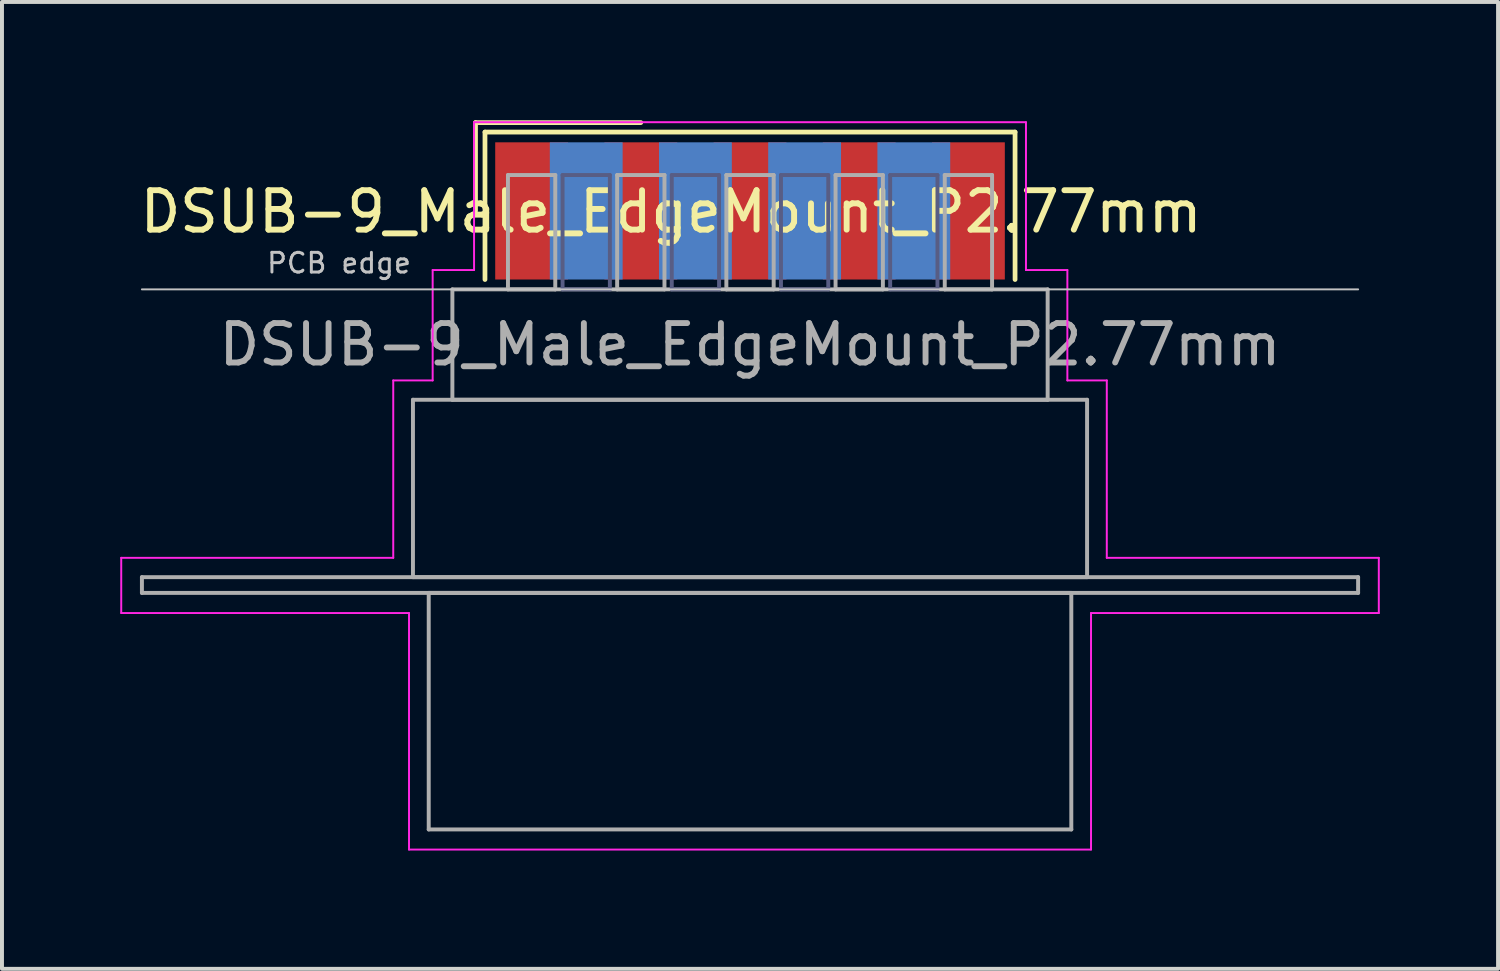
<source format=kicad_pcb>
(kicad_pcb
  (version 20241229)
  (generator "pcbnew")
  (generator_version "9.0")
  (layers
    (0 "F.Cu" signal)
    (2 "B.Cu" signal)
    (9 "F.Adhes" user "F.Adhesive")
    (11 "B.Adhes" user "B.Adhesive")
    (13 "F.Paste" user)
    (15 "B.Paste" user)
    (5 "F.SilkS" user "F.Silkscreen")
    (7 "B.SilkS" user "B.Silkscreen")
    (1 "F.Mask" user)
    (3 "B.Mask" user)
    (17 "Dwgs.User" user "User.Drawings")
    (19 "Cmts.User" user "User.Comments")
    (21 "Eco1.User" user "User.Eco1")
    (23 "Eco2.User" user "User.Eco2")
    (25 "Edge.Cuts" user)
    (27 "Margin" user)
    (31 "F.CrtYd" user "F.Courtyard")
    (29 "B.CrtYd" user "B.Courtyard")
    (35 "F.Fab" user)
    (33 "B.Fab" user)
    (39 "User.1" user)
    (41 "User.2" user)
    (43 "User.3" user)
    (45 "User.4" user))
  (footprint "DSUB-9_Male_EdgeMount_P2.77mm"
    (layer "F.Cu")
    (at 15.975 2.3)
    (property "Reference" "DSUB-9_Male_EdgeMount_P2.77mm" (at 11.55 0.02 0) (layer "F.SilkS") (effects (font (size 1 1) (thickness 0.15)) (justify right)))
    (attr smd)
    (fp_line (start -6.963 -2.24) (end -2.77 -2.24) (stroke (width 0.12) (type solid)) (layer "F.SilkS"))
    (fp_line (start -6.963 0) (end -6.963 -2.24) (stroke (width 0.12) (type solid)) (layer "F.SilkS"))
    (fp_line (start -6.723 -2) (end -6.723 1.74) (stroke (width 0.12) (type solid)) (layer "F.SilkS"))
    (fp_line (start 6.723 -2) (end -6.723 -2) (stroke (width 0.12) (type solid)) (layer "F.SilkS"))
    (fp_line (start 6.723 1.74) (end 6.723 -2) (stroke (width 0.12) (type solid)) (layer "F.SilkS"))
    (fp_line (start -15.425 1.99) (end 15.425 1.99) (stroke (width 0.05) (type solid)) (layer "Dwgs.User"))
    (fp_line (start -15.95 8.8) (end -9.05 8.8) (stroke (width 0.05) (type solid)) (layer "F.CrtYd"))
    (fp_line (start -15.95 10.2) (end -15.95 8.8) (stroke (width 0.05) (type solid)) (layer "F.CrtYd"))
    (fp_line (start -9.05 4.3) (end -8.05 4.3) (stroke (width 0.05) (type solid)) (layer "F.CrtYd"))
    (fp_line (start -9.05 8.8) (end -9.05 4.3) (stroke (width 0.05) (type solid)) (layer "F.CrtYd"))
    (fp_line (start -8.65 10.2) (end -15.95 10.2) (stroke (width 0.05) (type solid)) (layer "F.CrtYd"))
    (fp_line (start -8.65 16.2) (end -8.65 10.2) (stroke (width 0.05) (type solid)) (layer "F.CrtYd"))
    (fp_line (start -8.05 1.5) (end -7 1.5) (stroke (width 0.05) (type solid)) (layer "F.CrtYd"))
    (fp_line (start -8.05 4.3) (end -8.05 1.5) (stroke (width 0.05) (type solid)) (layer "F.CrtYd"))
    (fp_line (start -7 -2.25) (end 7 -2.25) (stroke (width 0.05) (type solid)) (layer "F.CrtYd"))
    (fp_line (start -7 1.5) (end -7 -2.25) (stroke (width 0.05) (type solid)) (layer "F.CrtYd"))
    (fp_line (start 7 -2.25) (end 7 1.5) (stroke (width 0.05) (type solid)) (layer "F.CrtYd"))
    (fp_line (start 7 1.5) (end 8.05 1.5) (stroke (width 0.05) (type solid)) (layer "F.CrtYd"))
    (fp_line (start 8.05 1.5) (end 8.05 4.3) (stroke (width 0.05) (type solid)) (layer "F.CrtYd"))
    (fp_line (start 8.05 4.3) (end 9.05 4.3) (stroke (width 0.05) (type solid)) (layer "F.CrtYd"))
    (fp_line (start 8.65 10.2) (end 8.65 16.2) (stroke (width 0.05) (type solid)) (layer "F.CrtYd"))
    (fp_line (start 8.65 16.2) (end -8.65 16.2) (stroke (width 0.05) (type solid)) (layer "F.CrtYd"))
    (fp_line (start 9.05 4.3) (end 9.05 8.8) (stroke (width 0.05) (type solid)) (layer "F.CrtYd"))
    (fp_line (start 9.05 8.8) (end 15.95 8.8) (stroke (width 0.05) (type solid)) (layer "F.CrtYd"))
    (fp_line (start 15.95 8.8) (end 15.95 10.2) (stroke (width 0.05) (type solid)) (layer "F.CrtYd"))
    (fp_line (start 15.95 10.2) (end 8.65 10.2) (stroke (width 0.05) (type solid)) (layer "F.CrtYd"))
    (fp_line (start -4.755 -0.91) (end -4.755 1.99) (stroke (width 0.1) (type solid)) (layer "B.Fab"))
    (fp_line (start -4.755 1.99) (end -3.555 1.99) (stroke (width 0.1) (type solid)) (layer "B.Fab"))
    (fp_line (start -3.555 -0.91) (end -4.755 -0.91) (stroke (width 0.1) (type solid)) (layer "B.Fab"))
    (fp_line (start -3.555 1.99) (end -3.555 -0.91) (stroke (width 0.1) (type solid)) (layer "B.Fab"))
    (fp_line (start -1.985 -0.91) (end -1.985 1.99) (stroke (width 0.1) (type solid)) (layer "B.Fab"))
    (fp_line (start -1.985 1.99) (end -0.785 1.99) (stroke (width 0.1) (type solid)) (layer "B.Fab"))
    (fp_line (start -0.785 -0.91) (end -1.985 -0.91) (stroke (width 0.1) (type solid)) (layer "B.Fab"))
    (fp_line (start -0.785 1.99) (end -0.785 -0.91) (stroke (width 0.1) (type solid)) (layer "B.Fab"))
    (fp_line (start 0.785 -0.91) (end 0.785 1.99) (stroke (width 0.1) (type solid)) (layer "B.Fab"))
    (fp_line (start 0.785 1.99) (end 1.985 1.99) (stroke (width 0.1) (type solid)) (layer "B.Fab"))
    (fp_line (start 1.985 -0.91) (end 0.785 -0.91) (stroke (width 0.1) (type solid)) (layer "B.Fab"))
    (fp_line (start 1.985 1.99) (end 1.985 -0.91) (stroke (width 0.1) (type solid)) (layer "B.Fab"))
    (fp_line (start 3.555 -0.91) (end 3.555 1.99) (stroke (width 0.1) (type solid)) (layer "B.Fab"))
    (fp_line (start 3.555 1.99) (end 4.755 1.99) (stroke (width 0.1) (type solid)) (layer "B.Fab"))
    (fp_line (start 4.755 -0.91) (end 3.555 -0.91) (stroke (width 0.1) (type solid)) (layer "B.Fab"))
    (fp_line (start 4.755 1.99) (end 4.755 -0.91) (stroke (width 0.1) (type solid)) (layer "B.Fab"))
    (fp_line (start -15.425 9.29) (end -15.425 9.69) (stroke (width 0.1) (type solid)) (layer "F.Fab"))
    (fp_line (start -15.425 9.69) (end 15.425 9.69) (stroke (width 0.1) (type solid)) (layer "F.Fab"))
    (fp_line (start -8.55 4.79) (end -8.55 9.29) (stroke (width 0.1) (type solid)) (layer "F.Fab"))
    (fp_line (start -8.55 9.29) (end 8.55 9.29) (stroke (width 0.1) (type solid)) (layer "F.Fab"))
    (fp_line (start -8.15 9.69) (end -8.15 15.69) (stroke (width 0.1) (type solid)) (layer "F.Fab"))
    (fp_line (start -8.15 15.69) (end 8.15 15.69) (stroke (width 0.1) (type solid)) (layer "F.Fab"))
    (fp_line (start -7.55 1.99) (end -7.55 4.79) (stroke (width 0.1) (type solid)) (layer "F.Fab"))
    (fp_line (start -7.55 4.79) (end 7.55 4.79) (stroke (width 0.1) (type solid)) (layer "F.Fab"))
    (fp_line (start -6.14 -0.91) (end -6.14 1.99) (stroke (width 0.1) (type solid)) (layer "F.Fab"))
    (fp_line (start -6.14 1.99) (end -4.94 1.99) (stroke (width 0.1) (type solid)) (layer "F.Fab"))
    (fp_line (start -4.94 -0.91) (end -6.14 -0.91) (stroke (width 0.1) (type solid)) (layer "F.Fab"))
    (fp_line (start -4.94 1.99) (end -4.94 -0.91) (stroke (width 0.1) (type solid)) (layer "F.Fab"))
    (fp_line (start -3.37 -0.91) (end -3.37 1.99) (stroke (width 0.1) (type solid)) (layer "F.Fab"))
    (fp_line (start -3.37 1.99) (end -2.17 1.99) (stroke (width 0.1) (type solid)) (layer "F.Fab"))
    (fp_line (start -2.17 -0.91) (end -3.37 -0.91) (stroke (width 0.1) (type solid)) (layer "F.Fab"))
    (fp_line (start -2.17 1.99) (end -2.17 -0.91) (stroke (width 0.1) (type solid)) (layer "F.Fab"))
    (fp_line (start -0.6 -0.91) (end -0.6 1.99) (stroke (width 0.1) (type solid)) (layer "F.Fab"))
    (fp_line (start -0.6 1.99) (end 0.6 1.99) (stroke (width 0.1) (type solid)) (layer "F.Fab"))
    (fp_line (start 0.6 -0.91) (end -0.6 -0.91) (stroke (width 0.1) (type solid)) (layer "F.Fab"))
    (fp_line (start 0.6 1.99) (end 0.6 -0.91) (stroke (width 0.1) (type solid)) (layer "F.Fab"))
    (fp_line (start 2.17 -0.91) (end 2.17 1.99) (stroke (width 0.1) (type solid)) (layer "F.Fab"))
    (fp_line (start 2.17 1.99) (end 3.37 1.99) (stroke (width 0.1) (type solid)) (layer "F.Fab"))
    (fp_line (start 3.37 -0.91) (end 2.17 -0.91) (stroke (width 0.1) (type solid)) (layer "F.Fab"))
    (fp_line (start 3.37 1.99) (end 3.37 -0.91) (stroke (width 0.1) (type solid)) (layer "F.Fab"))
    (fp_line (start 4.94 -0.91) (end 4.94 1.99) (stroke (width 0.1) (type solid)) (layer "F.Fab"))
    (fp_line (start 4.94 1.99) (end 6.14 1.99) (stroke (width 0.1) (type solid)) (layer "F.Fab"))
    (fp_line (start 6.14 -0.91) (end 4.94 -0.91) (stroke (width 0.1) (type solid)) (layer "F.Fab"))
    (fp_line (start 6.14 1.99) (end 6.14 -0.91) (stroke (width 0.1) (type solid)) (layer "F.Fab"))
    (fp_line (start 7.55 1.99) (end -7.55 1.99) (stroke (width 0.1) (type solid)) (layer "F.Fab"))
    (fp_line (start 7.55 4.79) (end 7.55 1.99) (stroke (width 0.1) (type solid)) (layer "F.Fab"))
    (fp_line (start 8.15 9.69) (end -8.15 9.69) (stroke (width 0.1) (type solid)) (layer "F.Fab"))
    (fp_line (start 8.15 15.69) (end 8.15 9.69) (stroke (width 0.1) (type solid)) (layer "F.Fab"))
    (fp_line (start 8.55 4.79) (end -8.55 4.79) (stroke (width 0.1) (type solid)) (layer "F.Fab"))
    (fp_line (start 8.55 9.29) (end 8.55 4.79) (stroke (width 0.1) (type solid)) (layer "F.Fab"))
    (fp_line (start 15.425 9.29) (end -15.425 9.29) (stroke (width 0.1) (type solid)) (layer "F.Fab"))
    (fp_line (start 15.425 9.69) (end 15.425 9.29) (stroke (width 0.1) (type solid)) (layer "F.Fab"))
    (fp_text user "PCB edge" (at -10.425 1.323 0) (layer "Dwgs.User") (effects (font (size 0.5 0.5) (thickness 0.075))))
    (fp_text user "${REFERENCE}" (at 0 3.39 0) (layer "F.Fab") (effects (font (size 1 1) (thickness 0.15))))
    (pad "1" smd rect (at -5.54 0) (size 1.847 3.48) (layers "F.Cu" "F.Mask" "F.Paste"))
    (pad "2" smd rect (at -2.77 0) (size 1.847 3.48) (layers "F.Cu" "F.Mask" "F.Paste"))
    (pad "3" smd rect (at 0 0) (size 1.847 3.48) (layers "F.Cu" "F.Mask" "F.Paste"))
    (pad "4" smd rect (at 2.77 0) (size 1.847 3.48) (layers "F.Cu" "F.Mask" "F.Paste"))
    (pad "5" smd rect (at 5.54 0) (size 1.847 3.48) (layers "F.Cu" "F.Mask" "F.Paste"))
    (pad "6" smd rect (at -4.155 0) (size 1.847 3.48) (layers "B.Cu" "B.Mask" "B.Paste"))
    (pad "7" smd rect (at -1.385 0) (size 1.847 3.48) (layers "B.Cu" "B.Mask" "B.Paste"))
    (pad "8" smd rect (at 1.385 0) (size 1.847 3.48) (layers "B.Cu" "B.Mask" "B.Paste"))
    (pad "9" smd rect (at 4.155 0) (size 1.847 3.48) (layers "B.Cu" "B.Mask" "B.Paste")))
  (gr_rect
    (start -3 -3)
    (end 34.95 21.525)
    (stroke (width 0.1) (type default))
    (fill no)
    (layer "Edge.Cuts")))
</source>
